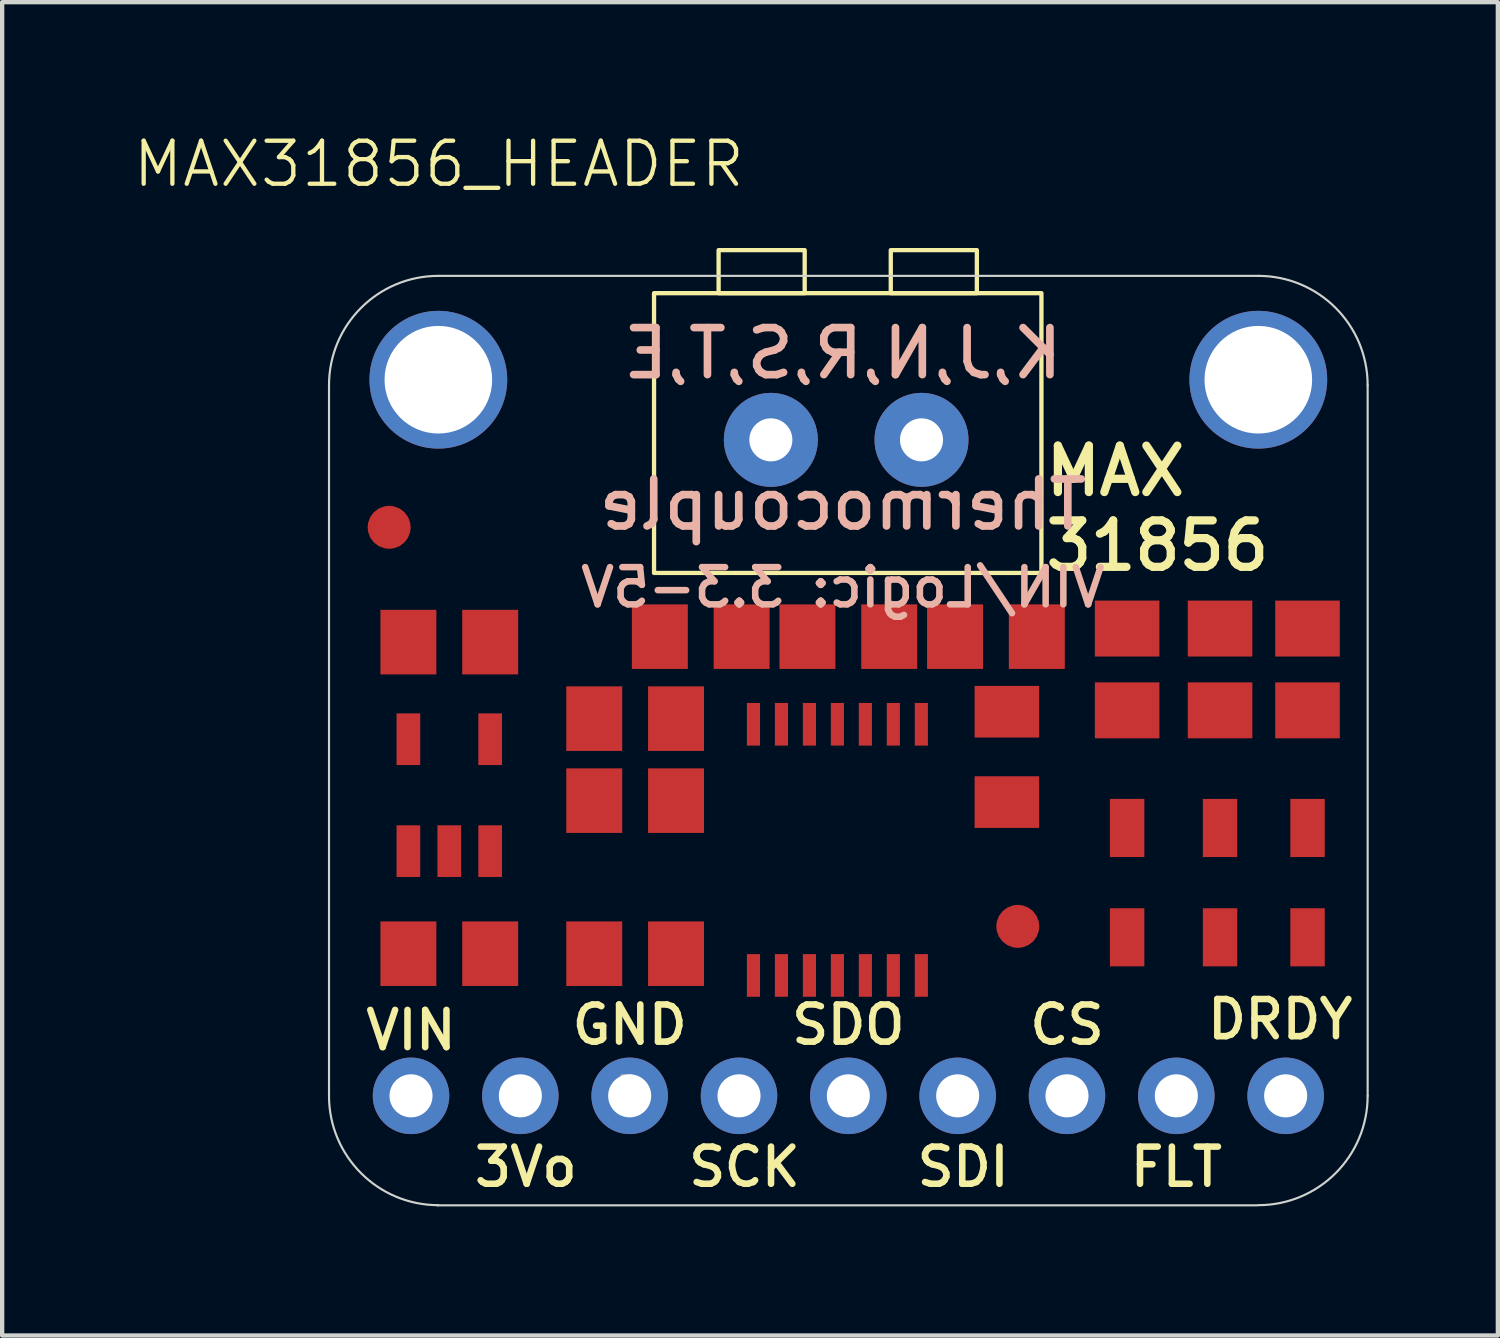
<source format=kicad_pcb>
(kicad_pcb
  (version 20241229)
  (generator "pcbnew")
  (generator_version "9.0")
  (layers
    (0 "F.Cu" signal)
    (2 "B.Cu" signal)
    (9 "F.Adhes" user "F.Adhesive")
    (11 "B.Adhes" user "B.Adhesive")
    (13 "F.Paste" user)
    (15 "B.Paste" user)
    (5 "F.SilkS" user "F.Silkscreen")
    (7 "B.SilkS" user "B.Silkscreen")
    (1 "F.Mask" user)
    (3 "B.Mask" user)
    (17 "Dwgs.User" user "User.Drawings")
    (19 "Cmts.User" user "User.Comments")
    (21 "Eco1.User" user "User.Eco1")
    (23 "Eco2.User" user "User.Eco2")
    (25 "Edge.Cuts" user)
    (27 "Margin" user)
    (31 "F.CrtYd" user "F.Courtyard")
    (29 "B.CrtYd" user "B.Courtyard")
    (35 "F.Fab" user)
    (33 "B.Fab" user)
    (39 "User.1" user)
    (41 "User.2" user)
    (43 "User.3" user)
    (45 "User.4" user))
  (footprint "MAX31856_HEADER"
    (layer "F.Cu")
    (at 7.145 5.761)
    (property "Reference" "MAX31856_HEADER" (at 0 -5 0) (unlocked yes) (layer "F.SilkS") (effects (font (size 1 1) (thickness 0.1))))
    (attr through_hole)
    (fp_rect (start 5 -2) (end 14 4.5) (stroke (width 0.1) (type default)) (fill no) (layer "F.SilkS"))
    (fp_rect (start 6.5 -3) (end 8.5 -2) (stroke (width 0.1) (type default)) (fill no) (layer "F.SilkS"))
    (fp_rect (start 10.5 -3) (end 12.5 -2) (stroke (width 0.1) (type default)) (fill no) (layer "F.SilkS"))
    (fp_line (start -2.551 16.648) (end -2.551 0.138) (stroke (width 0.05) (type solid)) (layer "Edge.Cuts"))
    (fp_line (start -0.011 -2.402) (end 19.039 -2.402) (stroke (width 0.05) (type solid)) (layer "Edge.Cuts"))
    (fp_line (start 19.013 19.192) (end -0.037 19.192) (stroke (width 0.05) (type solid)) (layer "Edge.Cuts"))
    (fp_line (start 21.579 0.138) (end 21.579 16.648) (stroke (width 0.05) (type solid)) (layer "Edge.Cuts"))
    (fp_arc (start -2.551314 0.138314) (mid -1.807365 -1.657737) (end -0.011314 -2.401686) (stroke (width 0.05) (type solid)) (layer "Edge.Cuts"))
    (fp_arc (start -0.011314 19.188314) (mid -1.807365 18.444365) (end -2.551314 16.648314) (stroke (width 0.05) (type solid)) (layer "Edge.Cuts"))
    (fp_arc (start 19.038686 -2.401686) (mid 20.834737 -1.657737) (end 21.578686 0.138314) (stroke (width 0.05) (type solid)) (layer "Edge.Cuts"))
    (fp_arc (start 21.578686 16.648314) (mid 20.834737 18.444365) (end 19.038686 19.188314) (stroke (width 0.05) (type solid)) (layer "Edge.Cuts"))
    (fp_poly (pts (xy 4.261 17.033) (xy 4.464 17.033) (xy 4.464 16.194) (xy 4.261 16.194)) (stroke (width 0.1) (type default)) (fill no) (layer "F.Fab"))
    (fp_text user "CS" (at 14.594 14.997 0) (unlocked yes) (layer "F.SilkS") (effects (font (size 0.864 0.864) (thickness 0.152))))
    (fp_text user "SDO" (at 9.514 14.997 0) (unlocked yes) (layer "F.SilkS") (effects (font (size 0.864 0.864) (thickness 0.152))))
    (fp_text user "3Vo" (at 2.021 18.299 0) (unlocked yes) (layer "F.SilkS") (effects (font (size 0.864 0.864) (thickness 0.152))))
    (fp_text user "GND" (at 4.434 14.997 0) (unlocked yes) (layer "F.SilkS") (effects (font (size 0.864 0.864) (thickness 0.152))))
    (fp_text user "FLT" (at 17.134 18.299 0) (unlocked yes) (layer "F.SilkS") (effects (font (size 0.864 0.864) (thickness 0.152))))
    (fp_text user "SDI" (at 12.181 18.299 0) (unlocked yes) (layer "F.SilkS") (effects (font (size 0.864 0.864) (thickness 0.152))))
    (fp_text user "MAX\n31856" (at 14 4.5 0) (unlocked yes) (layer "F.SilkS") (effects (font (size 1.079 1.079) (thickness 0.191)) (justify left bottom)))
    (fp_text user "SCK" (at 7.101 18.299 0) (unlocked yes) (layer "F.SilkS") (effects (font (size 0.864 0.864) (thickness 0.152))))
    (fp_text user "DRDY" (at 19.547 14.87 0) (unlocked yes) (layer "F.SilkS") (effects (font (size 0.864 0.864) (thickness 0.152))))
    (fp_text user "VIN" (at -0.646 15.124 0) (unlocked yes) (layer "F.SilkS") (effects (font (size 0.864 0.864) (thickness 0.152))))
    (fp_text user "VIN/Logic: 3.3-5V" (at 9.387 4.837 0) (unlocked yes) (layer "B.SilkS") (effects (font (size 0.864 0.864) (thickness 0.152)) (justify mirror)))
    (fp_text user "K,J,N,R,S,T,E\n\nThermocouple" (at 9.387 1.154 0) (unlocked yes) (layer "B.SilkS") (effects (font (size 1.092 1.092) (thickness 0.178)) (justify mirror)))
    (pad "1" smd roundrect (at -1.154 3.44) (size 1 1) (layers "F.Cu" "F.Mask") (roundrect_rratio 0.5))
    (pad "1" smd rect (at -0.707 6.107) (size 1.3 1.5) (layers "F.Cu" "F.Mask" "F.Paste"))
    (pad "1" smd rect (at -0.707 10.963) (size 0.55 1.2) (layers "F.Cu" "F.Mask" "F.Paste"))
    (pad "1" smd rect (at -0.707 13.346) (size 1.3 1.5) (layers "F.Cu" "F.Mask" "F.Paste"))
    (pad "1" smd rect (at 5.135 5.98) (size 1.3 1.5) (layers "F.Cu" "F.Mask" "F.Paste"))
    (pad "1" smd rect (at 5.511 7.885 180) (size 1.3 1.5) (layers "F.Cu" "F.Mask" "F.Paste"))
    (pad "1" smd rect (at 5.511 9.79 180) (size 1.3 1.5) (layers "F.Cu" "F.Mask" "F.Paste"))
    (pad "1" smd rect (at 5.511 13.346 180) (size 1.3 1.5) (layers "F.Cu" "F.Mask" "F.Paste"))
    (pad "1" thru_hole circle (at 7.714 1.408 180) (size 2.184 2.184) (drill 1) (layers "*.Cu" "*.Mask"))
    (pad "1" smd rect (at 10.464 5.98 180) (size 1.3 1.5) (layers "F.Cu" "F.Mask" "F.Paste"))
    (pad "1" smd rect (at 11.21 8.016 180) (size 0.305 0.991) (layers "F.Cu" "F.Mask" "F.Paste"))
    (pad "1" smd rect (at 13.197 9.824 90) (size 1.2 1.5) (layers "F.Cu" "F.Mask" "F.Paste"))
    (pad "1" smd roundrect (at 13.451 12.711) (size 1 1) (layers "F.Cu" "F.Mask") (roundrect_rratio 0.5))
    (pad "1" smd rect (at 13.893 5.98 180) (size 1.3 1.5) (layers "F.Cu" "F.Mask" "F.Paste"))
    (pad "1" smd rect (at 15.991 7.692 90) (size 1.3 1.5) (layers "F.Cu" "F.Mask" "F.Paste"))
    (pad "1" smd rect (at 18.15 7.692 90) (size 1.3 1.5) (layers "F.Cu" "F.Mask" "F.Paste"))
    (pad "1" thru_hole circle (at 19.674 16.648 270) (size 1.778 1.778) (drill 1) (layers "*.Cu" "*.Mask"))
    (pad "1" smd rect (at 20.182 7.692 90) (size 1.3 1.5) (layers "F.Cu" "F.Mask" "F.Paste"))
    (pad "2" smd rect (at 0.243 10.963) (size 0.55 1.2) (layers "F.Cu" "F.Mask" "F.Paste"))
    (pad "2" smd rect (at 1.193 6.107) (size 1.3 1.5) (layers "F.Cu" "F.Mask" "F.Paste"))
    (pad "2" smd rect (at 1.193 13.346) (size 1.3 1.5) (layers "F.Cu" "F.Mask" "F.Paste"))
    (pad "2" smd rect (at 3.611 7.885 180) (size 1.3 1.5) (layers "F.Cu" "F.Mask" "F.Paste"))
    (pad "2" smd rect (at 3.611 9.79 180) (size 1.3 1.5) (layers "F.Cu" "F.Mask" "F.Paste"))
    (pad "2" smd rect (at 3.611 13.346 180) (size 1.3 1.5) (layers "F.Cu" "F.Mask" "F.Paste"))
    (pad "2" smd rect (at 7.035 5.98) (size 1.3 1.5) (layers "F.Cu" "F.Mask" "F.Paste"))
    (pad "2" smd rect (at 8.564 5.98 180) (size 1.3 1.5) (layers "F.Cu" "F.Mask" "F.Paste"))
    (pad "2" smd rect (at 10.56 8.016 180) (size 0.305 0.991) (layers "F.Cu" "F.Mask" "F.Paste"))
    (pad "2" thru_hole circle (at 11.214 1.408 180) (size 2.184 2.184) (drill 1) (layers "*.Cu" "*.Mask"))
    (pad "2" smd rect (at 11.993 5.98 180) (size 1.3 1.5) (layers "F.Cu" "F.Mask" "F.Paste"))
    (pad "2" smd rect (at 13.197 7.724 90) (size 1.2 1.5) (layers "F.Cu" "F.Mask" "F.Paste"))
    (pad "2" smd rect (at 15.991 5.792 90) (size 1.3 1.5) (layers "F.Cu" "F.Mask" "F.Paste"))
    (pad "2" thru_hole circle (at 17.134 16.648 270) (size 1.778 1.778) (drill 1) (layers "*.Cu" "*.Mask"))
    (pad "2" smd rect (at 18.15 5.792 90) (size 1.3 1.5) (layers "F.Cu" "F.Mask" "F.Paste"))
    (pad "2" smd rect (at 20.182 5.792 90) (size 1.3 1.5) (layers "F.Cu" "F.Mask" "F.Paste"))
    (pad "3" smd rect (at 1.193 10.963) (size 0.55 1.2) (layers "F.Cu" "F.Mask" "F.Paste"))
    (pad "3" smd rect (at 9.91 8.016 180) (size 0.305 0.991) (layers "F.Cu" "F.Mask" "F.Paste"))
    (pad "3" thru_hole circle (at 14.594 16.648 270) (size 1.778 1.778) (drill 1) (layers "*.Cu" "*.Mask"))
    (pad "4" smd rect (at 1.193 8.363) (size 0.55 1.2) (layers "F.Cu" "F.Mask" "F.Paste"))
    (pad "4" smd rect (at 9.26 8.016 180) (size 0.305 0.991) (layers "F.Cu" "F.Mask" "F.Paste"))
    (pad "4" thru_hole circle (at 12.054 16.648 270) (size 1.778 1.778) (drill 1) (layers "*.Cu" "*.Mask"))
    (pad "5" smd rect (at -0.707 8.363) (size 0.55 1.2) (layers "F.Cu" "F.Mask" "F.Paste"))
    (pad "5" smd rect (at 8.61 8.016 180) (size 0.305 0.991) (layers "F.Cu" "F.Mask" "F.Paste"))
    (pad "5" thru_hole circle (at 9.514 16.648 270) (size 1.778 1.778) (drill 1) (layers "*.Cu" "*.Mask"))
    (pad "6" thru_hole circle (at 6.974 16.648 270) (size 1.778 1.778) (drill 1) (layers "*.Cu" "*.Mask"))
    (pad "6" smd rect (at 7.96 8.016 180) (size 0.305 0.991) (layers "F.Cu" "F.Mask" "F.Paste"))
    (pad "7" thru_hole circle (at 4.434 16.648 270) (size 1.778 1.778) (drill 1) (layers "*.Cu" "*.Mask"))
    (pad "7" smd rect (at 7.31 8.016 180) (size 0.305 0.991) (layers "F.Cu" "F.Mask" "F.Paste"))
    (pad "8" thru_hole circle (at 1.894 16.648 270) (size 1.778 1.778) (drill 1) (layers "*.Cu" "*.Mask"))
    (pad "8" smd rect (at 7.31 13.851 180) (size 0.305 0.991) (layers "F.Cu" "F.Mask" "F.Paste"))
    (pad "9" thru_hole circle (at -0.646 16.648 270) (size 1.778 1.778) (drill 1) (layers "*.Cu" "*.Mask"))
    (pad "9" smd rect (at 7.96 13.851 180) (size 0.305 0.991) (layers "F.Cu" "F.Mask" "F.Paste"))
    (pad "10" smd rect (at 8.61 13.851 180) (size 0.305 0.991) (layers "F.Cu" "F.Mask" "F.Paste"))
    (pad "11" smd rect (at 9.26 13.851 180) (size 0.305 0.991) (layers "F.Cu" "F.Mask" "F.Paste"))
    (pad "12" smd rect (at 9.91 13.851 180) (size 0.305 0.991) (layers "F.Cu" "F.Mask" "F.Paste"))
    (pad "13" smd rect (at 10.56 13.851 180) (size 0.305 0.991) (layers "F.Cu" "F.Mask" "F.Paste"))
    (pad "14" smd rect (at 11.21 13.851 180) (size 0.305 0.991) (layers "F.Cu" "F.Mask" "F.Paste"))
    (pad "A" smd rect (at 15.991 10.425 90) (size 1.35 0.8) (layers "F.Cu" "F.Mask" "F.Paste"))
    (pad "A" smd rect (at 18.15 10.425 90) (size 1.35 0.8) (layers "F.Cu" "F.Mask" "F.Paste"))
    (pad "A" smd rect (at 20.182 10.425 90) (size 1.35 0.8) (layers "F.Cu" "F.Mask" "F.Paste"))
    (pad "C" smd rect (at 15.991 12.965 90) (size 1.35 0.8) (layers "F.Cu" "F.Mask" "F.Paste"))
    (pad "C" smd rect (at 18.15 12.965 90) (size 1.35 0.8) (layers "F.Cu" "F.Mask" "F.Paste"))
    (pad "C" smd rect (at 20.182 12.965 90) (size 1.35 0.8) (layers "F.Cu" "F.Mask" "F.Paste"))
    (pad "P$1" thru_hole circle (at -0.011 0.011) (size 3.2 3.2) (drill 2.5) (layers "*.Cu" "*.Mask"))
    (pad "P$1" thru_hole circle (at 19.039 0.011) (size 3.2 3.2) (drill 2.5) (layers "*.Cu" "*.Mask"))
    (zone (net_name "") (layer "F.Cu") (hatch edge 0.5) (connect_pads) (min_thickness 0.25) (filled_areas_thickness no) (keepout (tracks not_allowed) (vias not_allowed) (pads not_allowed) (copperpour not_allowed) (footprints allowed)) (placement (enabled no)) (fill) (polygon (pts (xy 9.15 5.772) (xy 9.13 5.491) (xy 9.072 5.216) (xy 8.976 4.952) (xy 8.844 4.703) (xy 8.678 4.476) (xy 8.483 4.274) (xy 8.261 4.1) (xy 8.018 3.96) (xy 7.757 3.854) (xy 7.484 3.786) (xy 7.204 3.757) (xy 6.923 3.767) (xy 6.646 3.816) (xy 6.379 3.903) (xy 6.126 4.026) (xy 5.893 4.183) (xy 5.684 4.371) (xy 5.503 4.587) (xy 5.354 4.825) (xy 5.24 5.082) (xy 5.162 5.353) (xy 5.123 5.631) (xy 5.123 5.912) (xy 5.162 6.191) (xy 5.24 6.461) (xy 5.354 6.718) (xy 5.503 6.957) (xy 5.684 7.172) (xy 5.893 7.36) (xy 6.126 7.518) (xy 6.379 7.641) (xy 6.646 7.728) (xy 6.923 7.777) (xy 7.204 7.787) (xy 7.484 7.757) (xy 7.757 7.689) (xy 8.018 7.584) (xy 8.261 7.443) (xy 8.483 7.27) (xy 8.678 7.068) (xy 8.844 6.84) (xy 8.976 6.592) (xy 9.072 6.327) (xy 9.13 6.052))) (polygon (pts (xy 7.118 5.772) (xy 7.123 5.783) (xy 7.134 5.788) (xy 7.145 5.783) (xy 7.15 5.772) (xy 7.145 5.761) (xy 7.134 5.756) (xy 7.123 5.761))))
    (zone (net_name "") (layer "F.Cu") (hatch edge 0.5) (connect_pads) (min_thickness 0.25) (filled_areas_thickness no) (keepout (tracks not_allowed) (vias not_allowed) (pads not_allowed) (copperpour not_allowed) (footprints allowed)) (placement (enabled no)) (fill) (polygon (pts (xy 28.2 5.772) (xy 28.18 5.491) (xy 28.122 5.216) (xy 28.026 4.952) (xy 27.894 4.703) (xy 27.728 4.476) (xy 27.533 4.274) (xy 27.311 4.1) (xy 27.068 3.96) (xy 26.807 3.854) (xy 26.534 3.786) (xy 26.254 3.757) (xy 25.973 3.767) (xy 25.696 3.816) (xy 25.429 3.903) (xy 25.176 4.026) (xy 24.943 4.183) (xy 24.734 4.371) (xy 24.553 4.587) (xy 24.404 4.825) (xy 24.29 5.082) (xy 24.212 5.353) (xy 24.173 5.631) (xy 24.173 5.912) (xy 24.212 6.191) (xy 24.29 6.461) (xy 24.404 6.718) (xy 24.553 6.957) (xy 24.734 7.172) (xy 24.943 7.36) (xy 25.176 7.518) (xy 25.429 7.641) (xy 25.696 7.728) (xy 25.973 7.777) (xy 26.254 7.787) (xy 26.534 7.757) (xy 26.807 7.689) (xy 27.068 7.584) (xy 27.311 7.443) (xy 27.533 7.27) (xy 27.728 7.068) (xy 27.894 6.84) (xy 28.026 6.592) (xy 28.122 6.327) (xy 28.18 6.052))) (polygon (pts (xy 26.168 5.772) (xy 26.173 5.783) (xy 26.184 5.788) (xy 26.195 5.783) (xy 26.2 5.772) (xy 26.195 5.761) (xy 26.184 5.756) (xy 26.173 5.761))))
    (zone (net_name "") (layer "B.Cu") (hatch edge 0.5) (connect_pads) (min_thickness 0.25) (filled_areas_thickness no) (keepout (tracks not_allowed) (vias not_allowed) (pads not_allowed) (copperpour not_allowed) (footprints allowed)) (placement (enabled no)) (fill) (polygon (pts (xy 9.15 5.772) (xy 9.13 5.491) (xy 9.072 5.216) (xy 8.976 4.952) (xy 8.844 4.703) (xy 8.678 4.476) (xy 8.483 4.274) (xy 8.261 4.1) (xy 8.018 3.96) (xy 7.757 3.854) (xy 7.484 3.786) (xy 7.204 3.757) (xy 6.923 3.767) (xy 6.646 3.816) (xy 6.379 3.903) (xy 6.126 4.026) (xy 5.893 4.183) (xy 5.684 4.371) (xy 5.503 4.587) (xy 5.354 4.825) (xy 5.24 5.082) (xy 5.162 5.353) (xy 5.123 5.631) (xy 5.123 5.912) (xy 5.162 6.191) (xy 5.24 6.461) (xy 5.354 6.718) (xy 5.503 6.957) (xy 5.684 7.172) (xy 5.893 7.36) (xy 6.126 7.518) (xy 6.379 7.641) (xy 6.646 7.728) (xy 6.923 7.777) (xy 7.204 7.787) (xy 7.484 7.757) (xy 7.757 7.689) (xy 8.018 7.584) (xy 8.261 7.443) (xy 8.483 7.27) (xy 8.678 7.068) (xy 8.844 6.84) (xy 8.976 6.592) (xy 9.072 6.327) (xy 9.13 6.052))) (polygon (pts (xy 7.118 5.772) (xy 7.123 5.783) (xy 7.134 5.788) (xy 7.145 5.783) (xy 7.15 5.772) (xy 7.145 5.761) (xy 7.134 5.756) (xy 7.123 5.761))))
    (zone (net_name "") (layer "B.Cu") (hatch edge 0.5) (connect_pads) (min_thickness 0.25) (filled_areas_thickness no) (keepout (tracks not_allowed) (vias not_allowed) (pads not_allowed) (copperpour not_allowed) (footprints allowed)) (placement (enabled no)) (fill) (polygon (pts (xy 28.2 5.772) (xy 28.18 5.491) (xy 28.122 5.216) (xy 28.026 4.952) (xy 27.894 4.703) (xy 27.728 4.476) (xy 27.533 4.274) (xy 27.311 4.1) (xy 27.068 3.96) (xy 26.807 3.854) (xy 26.534 3.786) (xy 26.254 3.757) (xy 25.973 3.767) (xy 25.696 3.816) (xy 25.429 3.903) (xy 25.176 4.026) (xy 24.943 4.183) (xy 24.734 4.371) (xy 24.553 4.587) (xy 24.404 4.825) (xy 24.29 5.082) (xy 24.212 5.353) (xy 24.173 5.631) (xy 24.173 5.912) (xy 24.212 6.191) (xy 24.29 6.461) (xy 24.404 6.718) (xy 24.553 6.957) (xy 24.734 7.172) (xy 24.943 7.36) (xy 25.176 7.518) (xy 25.429 7.641) (xy 25.696 7.728) (xy 25.973 7.777) (xy 26.254 7.787) (xy 26.534 7.757) (xy 26.807 7.689) (xy 27.068 7.584) (xy 27.311 7.443) (xy 27.533 7.27) (xy 27.728 7.068) (xy 27.894 6.84) (xy 28.026 6.592) (xy 28.122 6.327) (xy 28.18 6.052))) (polygon (pts (xy 26.168 5.772) (xy 26.173 5.783) (xy 26.184 5.788) (xy 26.195 5.783) (xy 26.2 5.772) (xy 26.195 5.761) (xy 26.184 5.756) (xy 26.173 5.761)))))
  (gr_rect
    (start -3 -3)
    (end 31.749 27.977)
    (stroke (width 0.1) (type default))
    (fill no)
    (layer "Edge.Cuts")))
</source>
